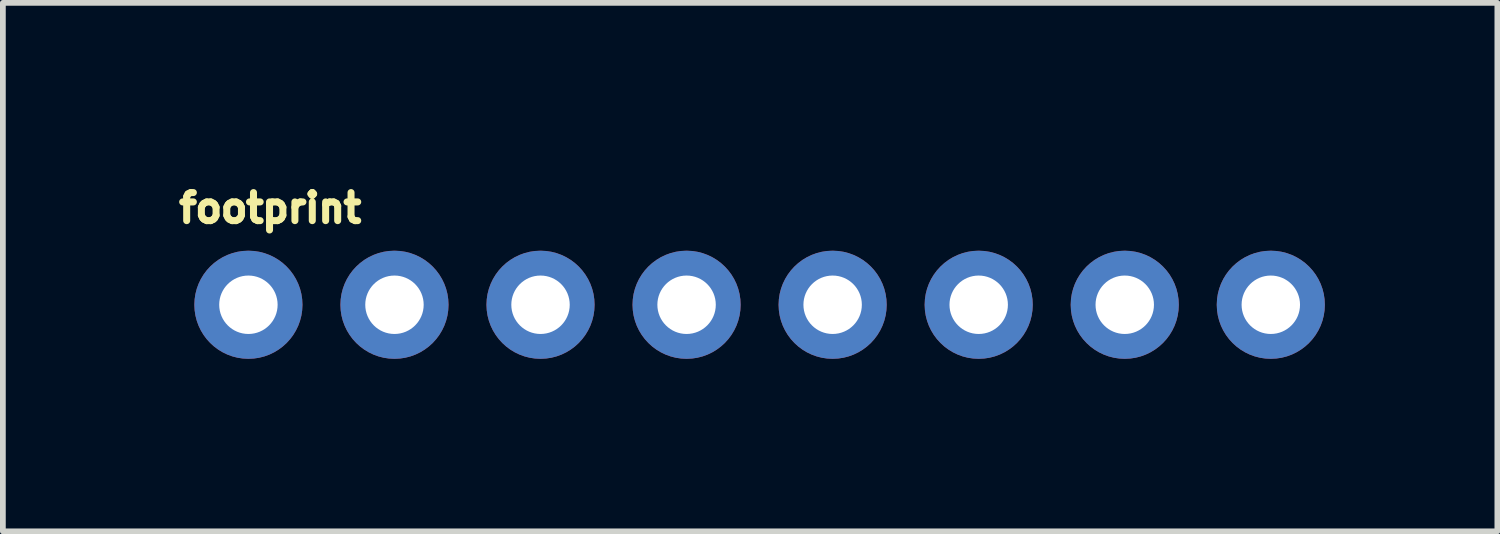
<source format=kicad_pcb>
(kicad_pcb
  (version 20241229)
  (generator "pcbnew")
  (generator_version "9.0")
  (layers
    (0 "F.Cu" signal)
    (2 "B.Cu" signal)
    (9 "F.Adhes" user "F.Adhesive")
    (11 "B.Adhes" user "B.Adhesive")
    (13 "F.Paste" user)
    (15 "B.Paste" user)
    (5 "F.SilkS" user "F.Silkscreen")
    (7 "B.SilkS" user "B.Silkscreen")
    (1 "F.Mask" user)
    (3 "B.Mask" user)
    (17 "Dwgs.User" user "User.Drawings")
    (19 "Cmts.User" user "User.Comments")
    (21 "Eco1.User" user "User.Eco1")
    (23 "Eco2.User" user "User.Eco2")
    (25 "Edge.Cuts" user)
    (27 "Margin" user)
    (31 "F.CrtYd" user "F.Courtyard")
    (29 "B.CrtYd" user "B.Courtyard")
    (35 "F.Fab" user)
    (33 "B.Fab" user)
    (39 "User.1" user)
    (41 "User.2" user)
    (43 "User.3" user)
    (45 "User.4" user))
  (footprint "footprint"
    (layer "F.Cu")
    (at 1.27 2.25)
    (property "Reference" "footprint" (at -1.27 -1.397 0) (layer "F.SilkS") (effects (font (size 0.488 0.488) (thickness 0.122)) (justify left bottom)))
    (fp_poly (pts (xy -0.254 0.254) (xy 0.254 0.254) (xy 0.254 -0.254) (xy -0.254 -0.254)) (stroke (width 0.1) (type solid)) (fill no) (layer "F.Fab"))
    (fp_poly (pts (xy 2.286 0.254) (xy 2.794 0.254) (xy 2.794 -0.254) (xy 2.286 -0.254)) (stroke (width 0.1) (type solid)) (fill no) (layer "F.Fab"))
    (fp_poly (pts (xy 4.826 0.254) (xy 5.334 0.254) (xy 5.334 -0.254) (xy 4.826 -0.254)) (stroke (width 0.1) (type solid)) (fill no) (layer "F.Fab"))
    (fp_poly (pts (xy 7.366 0.254) (xy 7.874 0.254) (xy 7.874 -0.254) (xy 7.366 -0.254)) (stroke (width 0.1) (type solid)) (fill no) (layer "F.Fab"))
    (fp_poly (pts (xy 9.906 0.254) (xy 10.414 0.254) (xy 10.414 -0.254) (xy 9.906 -0.254)) (stroke (width 0.1) (type solid)) (fill no) (layer "F.Fab"))
    (fp_poly (pts (xy 12.446 0.254) (xy 12.954 0.254) (xy 12.954 -0.254) (xy 12.446 -0.254)) (stroke (width 0.1) (type solid)) (fill no) (layer "F.Fab"))
    (fp_poly (pts (xy 14.986 0.254) (xy 15.494 0.254) (xy 15.494 -0.254) (xy 14.986 -0.254)) (stroke (width 0.1) (type solid)) (fill no) (layer "F.Fab"))
    (fp_poly (pts (xy 17.526 0.254) (xy 18.034 0.254) (xy 18.034 -0.254) (xy 17.526 -0.254)) (stroke (width 0.1) (type solid)) (fill no) (layer "F.Fab"))
    (pad "1" thru_hole circle (at 0 0 90) (size 1.88 1.88) (drill 1.016) (layers "*.Cu" "*.Mask"))
    (pad "2" thru_hole circle (at 2.54 0 90) (size 1.88 1.88) (drill 1.016) (layers "*.Cu" "*.Mask"))
    (pad "3" thru_hole circle (at 5.08 0 90) (size 1.88 1.88) (drill 1.016) (layers "*.Cu" "*.Mask"))
    (pad "4" thru_hole circle (at 7.62 0 90) (size 1.88 1.88) (drill 1.016) (layers "*.Cu" "*.Mask"))
    (pad "5" thru_hole circle (at 10.16 0 90) (size 1.88 1.88) (drill 1.016) (layers "*.Cu" "*.Mask"))
    (pad "6" thru_hole circle (at 12.7 0 90) (size 1.88 1.88) (drill 1.016) (layers "*.Cu" "*.Mask"))
    (pad "7" thru_hole circle (at 15.24 0 90) (size 1.88 1.88) (drill 1.016) (layers "*.Cu" "*.Mask"))
    (pad "8" thru_hole circle (at 17.78 0 90) (size 1.88 1.88) (drill 1.016) (layers "*.Cu" "*.Mask")))
  (gr_rect
    (start -3 -3)
    (end 22.99 6.19)
    (stroke (width 0.1) (type default))
    (fill no)
    (layer "Edge.Cuts")))
</source>
